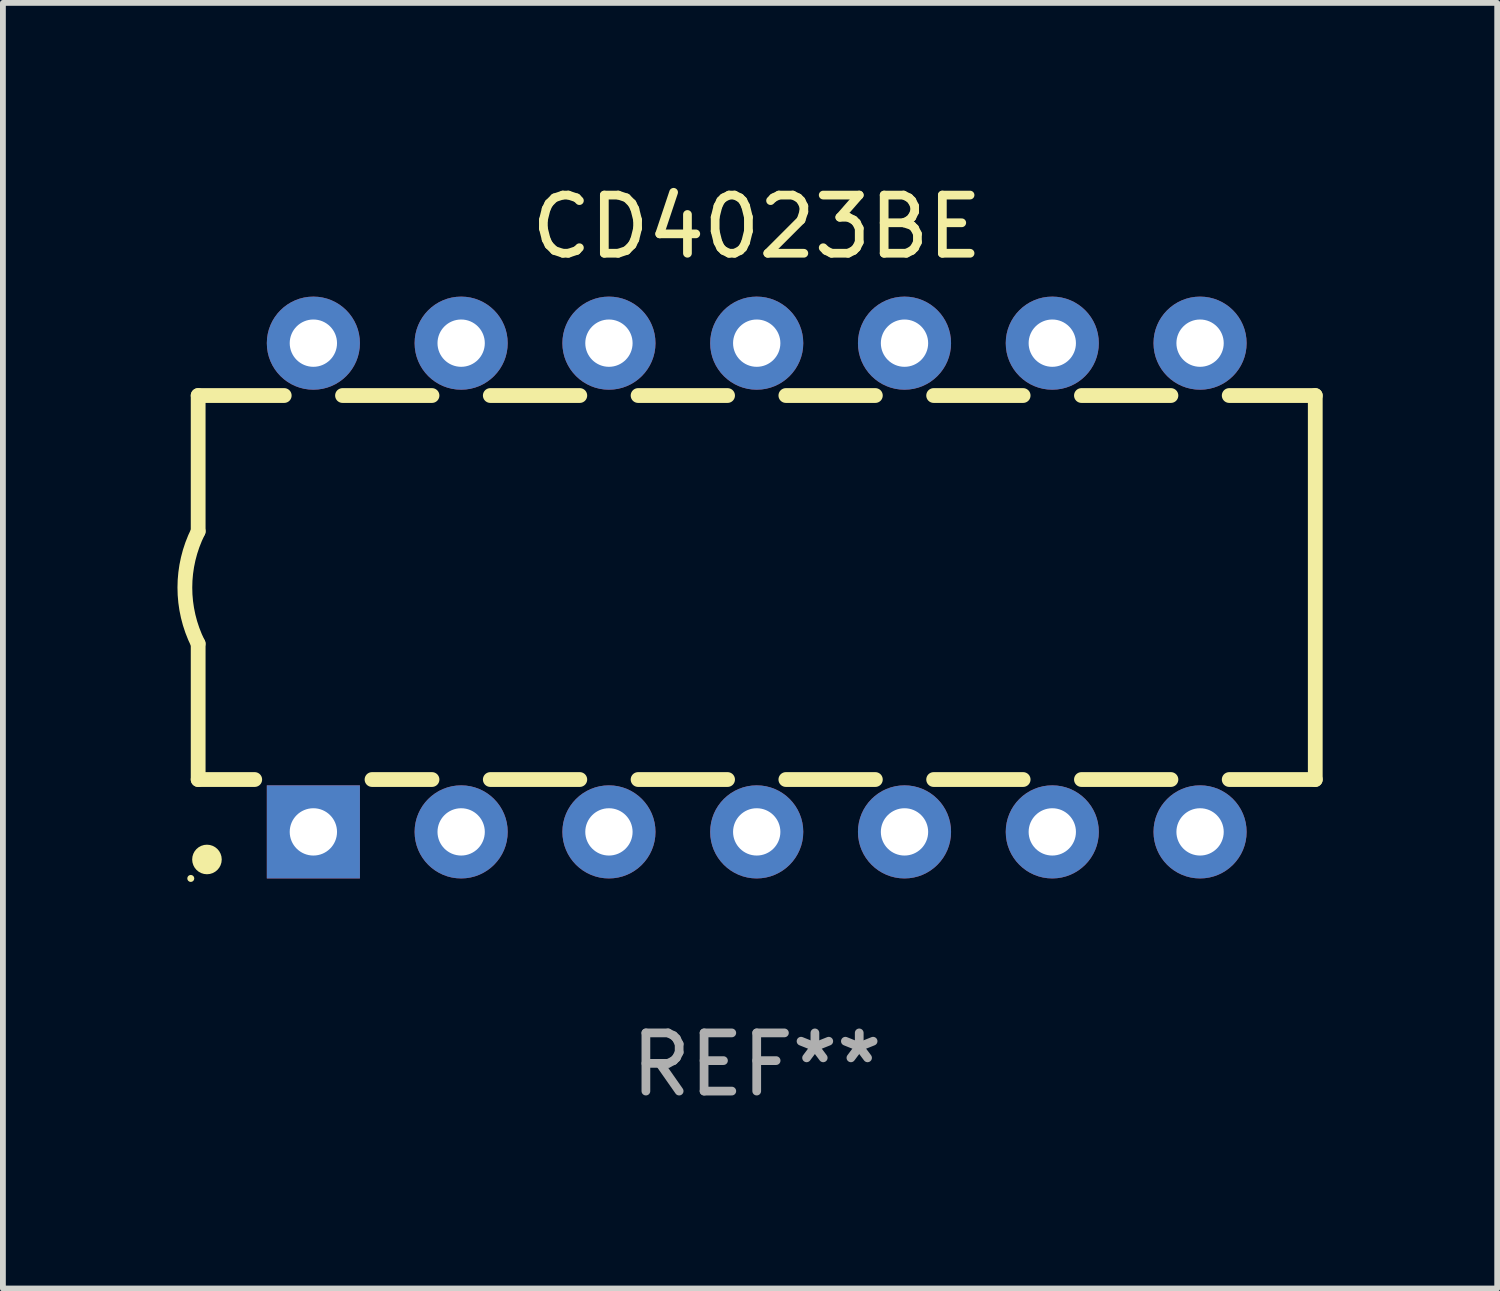
<source format=kicad_pcb>
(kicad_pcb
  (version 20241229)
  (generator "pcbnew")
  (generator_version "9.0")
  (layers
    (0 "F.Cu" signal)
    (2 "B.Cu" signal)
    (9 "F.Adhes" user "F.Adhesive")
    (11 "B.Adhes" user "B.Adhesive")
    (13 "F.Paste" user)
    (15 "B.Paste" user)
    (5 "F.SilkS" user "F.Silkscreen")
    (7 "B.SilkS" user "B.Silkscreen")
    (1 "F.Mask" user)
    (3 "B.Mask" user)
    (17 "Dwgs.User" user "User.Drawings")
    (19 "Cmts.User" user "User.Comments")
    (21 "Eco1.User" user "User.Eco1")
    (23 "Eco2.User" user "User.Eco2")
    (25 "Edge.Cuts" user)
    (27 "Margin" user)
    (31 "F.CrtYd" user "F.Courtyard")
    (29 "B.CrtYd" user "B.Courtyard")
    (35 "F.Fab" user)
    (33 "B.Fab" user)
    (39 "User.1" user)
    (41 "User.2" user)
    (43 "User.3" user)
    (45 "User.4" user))
  (footprint "CD4023BE"
    (layer "F.Cu")
    (at 9.956 7.048)
    (property "Reference" "CD4023BE" (at 0 -6.2 0) (layer "F.SilkS") (effects (font (size 1 1) (thickness 0.15))))
    (attr through_hole)
    (fp_line (start -9.6 -3.3) (end -9.6 -0.965) (stroke (width 0.254) (type solid)) (layer "F.SilkS"))
    (fp_line (start -9.6 -3.3) (end -8.121 -3.3) (stroke (width 0.254) (type solid)) (layer "F.SilkS"))
    (fp_line (start -9.6 3.3) (end -9.6 0.965) (stroke (width 0.254) (type solid)) (layer "F.SilkS"))
    (fp_line (start -9.6 3.3) (end -8.628 3.3) (stroke (width 0.254) (type solid)) (layer "F.SilkS"))
    (fp_line (start -7.119 -3.3) (end -5.581 -3.3) (stroke (width 0.254) (type solid)) (layer "F.SilkS"))
    (fp_line (start -6.612 3.3) (end -5.581 3.3) (stroke (width 0.254) (type solid)) (layer "F.SilkS"))
    (fp_line (start -4.579 -3.3) (end -3.041 -3.3) (stroke (width 0.254) (type solid)) (layer "F.SilkS"))
    (fp_line (start -4.579 3.3) (end -3.041 3.3) (stroke (width 0.254) (type solid)) (layer "F.SilkS"))
    (fp_line (start -2.039 -3.3) (end -0.501 -3.3) (stroke (width 0.254) (type solid)) (layer "F.SilkS"))
    (fp_line (start -2.039 3.3) (end -0.501 3.3) (stroke (width 0.254) (type solid)) (layer "F.SilkS"))
    (fp_line (start 0.501 -3.3) (end 2.039 -3.3) (stroke (width 0.254) (type solid)) (layer "F.SilkS"))
    (fp_line (start 0.501 3.3) (end 2.039 3.3) (stroke (width 0.254) (type solid)) (layer "F.SilkS"))
    (fp_line (start 3.041 -3.3) (end 4.579 -3.3) (stroke (width 0.254) (type solid)) (layer "F.SilkS"))
    (fp_line (start 3.041 3.3) (end 4.579 3.3) (stroke (width 0.254) (type solid)) (layer "F.SilkS"))
    (fp_line (start 5.581 -3.3) (end 7.119 -3.3) (stroke (width 0.254) (type solid)) (layer "F.SilkS"))
    (fp_line (start 5.581 3.3) (end 7.119 3.3) (stroke (width 0.254) (type solid)) (layer "F.SilkS"))
    (fp_line (start 8.121 -3.3) (end 9.6 -3.3) (stroke (width 0.254) (type solid)) (layer "F.SilkS"))
    (fp_line (start 8.121 3.3) (end 9.6 3.3) (stroke (width 0.254) (type solid)) (layer "F.SilkS"))
    (fp_line (start 9.6 -3.3) (end 9.6 3.3) (stroke (width 0.254) (type solid)) (layer "F.SilkS"))
    (fp_arc (start -9.601219 0.965202) (mid -9.828641 -0.00004) (end -9.600025 -0.964999) (stroke (width 0.254001) (type solid)) (layer "F.SilkS"))
    (fp_circle (center -9.727 5) (end -9.697 5) (stroke (width 0.06) (type solid)) (fill no) (layer "F.SilkS"))
    (fp_circle (center -9.449 4.674) (end -9.322 4.674) (stroke (width 0.254) (type solid)) (fill no) (layer "F.SilkS"))
    (fp_text user "REF**" (at 0 8.2 0) (layer "F.Fab") (effects (font (size 1 1) (thickness 0.15))))
    (pad "1" thru_hole rect (at -7.62 4.2) (size 1.6 1.6) (drill 0.813) (layers "*.Cu" "*.Mask"))
    (pad "2" thru_hole circle (at -5.08 4.2) (size 1.6 1.6) (drill 0.813) (layers "*.Cu" "*.Mask"))
    (pad "3" thru_hole circle (at -2.54 4.2) (size 1.6 1.6) (drill 0.813) (layers "*.Cu" "*.Mask"))
    (pad "4" thru_hole circle (at 0 4.2) (size 1.6 1.6) (drill 0.813) (layers "*.Cu" "*.Mask"))
    (pad "5" thru_hole circle (at 2.54 4.2) (size 1.6 1.6) (drill 0.813) (layers "*.Cu" "*.Mask"))
    (pad "6" thru_hole circle (at 5.08 4.2) (size 1.6 1.6) (drill 0.813) (layers "*.Cu" "*.Mask"))
    (pad "7" thru_hole circle (at 7.62 4.2) (size 1.6 1.6) (drill 0.813) (layers "*.Cu" "*.Mask"))
    (pad "8" thru_hole circle (at 7.62 -4.2) (size 1.6 1.6) (drill 0.813) (layers "*.Cu" "*.Mask"))
    (pad "9" thru_hole circle (at 5.08 -4.2) (size 1.6 1.6) (drill 0.813) (layers "*.Cu" "*.Mask"))
    (pad "10" thru_hole circle (at 2.54 -4.2) (size 1.6 1.6) (drill 0.813) (layers "*.Cu" "*.Mask"))
    (pad "11" thru_hole circle (at 0 -4.2) (size 1.6 1.6) (drill 0.813) (layers "*.Cu" "*.Mask"))
    (pad "12" thru_hole circle (at -2.54 -4.2) (size 1.6 1.6) (drill 0.813) (layers "*.Cu" "*.Mask"))
    (pad "13" thru_hole circle (at -5.08 -4.2) (size 1.6 1.6) (drill 0.813) (layers "*.Cu" "*.Mask"))
    (pad "14" thru_hole circle (at -7.62 -4.2) (size 1.6 1.6) (drill 0.813) (layers "*.Cu" "*.Mask")))
  (gr_rect
    (start -3 -3)
    (end 22.683 19.096)
    (stroke (width 0.1) (type default))
    (fill no)
    (layer "Edge.Cuts")))
</source>
